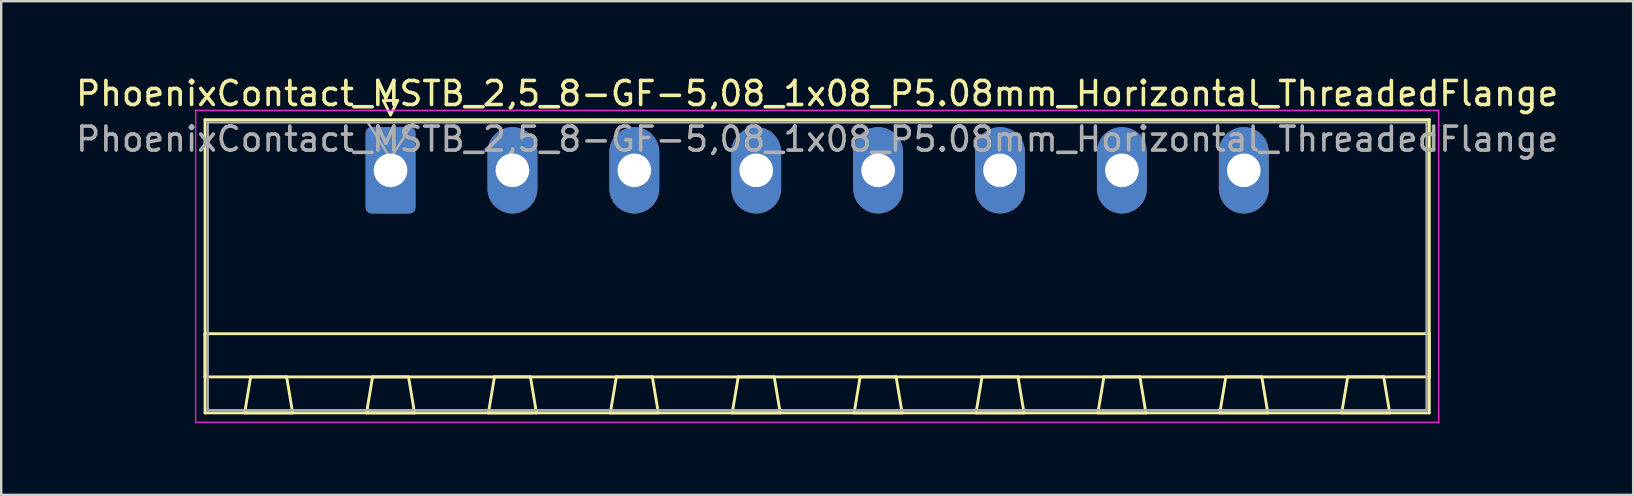
<source format=kicad_pcb>
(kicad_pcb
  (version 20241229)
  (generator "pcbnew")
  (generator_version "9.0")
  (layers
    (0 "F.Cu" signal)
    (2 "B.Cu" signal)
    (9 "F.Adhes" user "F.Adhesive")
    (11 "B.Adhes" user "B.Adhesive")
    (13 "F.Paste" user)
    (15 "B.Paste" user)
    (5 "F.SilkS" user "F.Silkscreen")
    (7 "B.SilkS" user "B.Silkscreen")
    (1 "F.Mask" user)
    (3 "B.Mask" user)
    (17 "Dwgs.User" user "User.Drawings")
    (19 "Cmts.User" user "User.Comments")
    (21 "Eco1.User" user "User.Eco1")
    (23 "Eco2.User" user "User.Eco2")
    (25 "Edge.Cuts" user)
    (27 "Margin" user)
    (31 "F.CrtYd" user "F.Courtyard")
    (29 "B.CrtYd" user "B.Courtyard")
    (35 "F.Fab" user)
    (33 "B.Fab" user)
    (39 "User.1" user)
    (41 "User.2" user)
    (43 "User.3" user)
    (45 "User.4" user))
  (footprint "PhoenixContact_MSTB_2,5_8-GF-5,08_1x08_P5.08mm_Horizontal_ThreadedFlange"
    (layer "F.Cu")
    (at 13.226 4.048)
    (property "Reference" "PhoenixContact_MSTB_2,5_8-GF-5,08_1x08_P5.08mm_Horizontal_ThreadedFlange" (at 17.78 -3.2 0) (layer "F.SilkS") (effects (font (size 1 1) (thickness 0.15))))
    (attr through_hole)
    (fp_line (start -7.73 -2.11) (end -7.73 10.11) (stroke (width 0.12) (type solid)) (layer "F.SilkS"))
    (fp_line (start -7.73 6.81) (end 43.29 6.81) (stroke (width 0.12) (type solid)) (layer "F.SilkS"))
    (fp_line (start -7.73 8.61) (end -7.73 6.81) (stroke (width 0.12) (type solid)) (layer "F.SilkS"))
    (fp_line (start -7.73 10.11) (end 43.29 10.11) (stroke (width 0.12) (type solid)) (layer "F.SilkS"))
    (fp_line (start -6.08 10.11) (end -4.08 10.11) (stroke (width 0.12) (type solid)) (layer "F.SilkS"))
    (fp_line (start -5.83 8.61) (end -6.08 10.11) (stroke (width 0.12) (type solid)) (layer "F.SilkS"))
    (fp_line (start -4.33 8.61) (end -5.83 8.61) (stroke (width 0.12) (type solid)) (layer "F.SilkS"))
    (fp_line (start -4.08 10.11) (end -4.33 8.61) (stroke (width 0.12) (type solid)) (layer "F.SilkS"))
    (fp_line (start -1 10.11) (end 1 10.11) (stroke (width 0.12) (type solid)) (layer "F.SilkS"))
    (fp_line (start -0.75 8.61) (end -1 10.11) (stroke (width 0.12) (type solid)) (layer "F.SilkS"))
    (fp_line (start -0.3 -2.91) (end 0.3 -2.91) (stroke (width 0.12) (type solid)) (layer "F.SilkS"))
    (fp_line (start 0 -2.31) (end -0.3 -2.91) (stroke (width 0.12) (type solid)) (layer "F.SilkS"))
    (fp_line (start 0.3 -2.91) (end 0 -2.31) (stroke (width 0.12) (type solid)) (layer "F.SilkS"))
    (fp_line (start 0.75 8.61) (end -0.75 8.61) (stroke (width 0.12) (type solid)) (layer "F.SilkS"))
    (fp_line (start 1 10.11) (end 0.75 8.61) (stroke (width 0.12) (type solid)) (layer "F.SilkS"))
    (fp_line (start 4.08 10.11) (end 6.08 10.11) (stroke (width 0.12) (type solid)) (layer "F.SilkS"))
    (fp_line (start 4.33 8.61) (end 4.08 10.11) (stroke (width 0.12) (type solid)) (layer "F.SilkS"))
    (fp_line (start 5.83 8.61) (end 4.33 8.61) (stroke (width 0.12) (type solid)) (layer "F.SilkS"))
    (fp_line (start 6.08 10.11) (end 5.83 8.61) (stroke (width 0.12) (type solid)) (layer "F.SilkS"))
    (fp_line (start 9.16 10.11) (end 11.16 10.11) (stroke (width 0.12) (type solid)) (layer "F.SilkS"))
    (fp_line (start 9.41 8.61) (end 9.16 10.11) (stroke (width 0.12) (type solid)) (layer "F.SilkS"))
    (fp_line (start 10.91 8.61) (end 9.41 8.61) (stroke (width 0.12) (type solid)) (layer "F.SilkS"))
    (fp_line (start 11.16 10.11) (end 10.91 8.61) (stroke (width 0.12) (type solid)) (layer "F.SilkS"))
    (fp_line (start 14.24 10.11) (end 16.24 10.11) (stroke (width 0.12) (type solid)) (layer "F.SilkS"))
    (fp_line (start 14.49 8.61) (end 14.24 10.11) (stroke (width 0.12) (type solid)) (layer "F.SilkS"))
    (fp_line (start 15.99 8.61) (end 14.49 8.61) (stroke (width 0.12) (type solid)) (layer "F.SilkS"))
    (fp_line (start 16.24 10.11) (end 15.99 8.61) (stroke (width 0.12) (type solid)) (layer "F.SilkS"))
    (fp_line (start 19.32 10.11) (end 21.32 10.11) (stroke (width 0.12) (type solid)) (layer "F.SilkS"))
    (fp_line (start 19.57 8.61) (end 19.32 10.11) (stroke (width 0.12) (type solid)) (layer "F.SilkS"))
    (fp_line (start 21.07 8.61) (end 19.57 8.61) (stroke (width 0.12) (type solid)) (layer "F.SilkS"))
    (fp_line (start 21.32 10.11) (end 21.07 8.61) (stroke (width 0.12) (type solid)) (layer "F.SilkS"))
    (fp_line (start 24.4 10.11) (end 26.4 10.11) (stroke (width 0.12) (type solid)) (layer "F.SilkS"))
    (fp_line (start 24.65 8.61) (end 24.4 10.11) (stroke (width 0.12) (type solid)) (layer "F.SilkS"))
    (fp_line (start 26.15 8.61) (end 24.65 8.61) (stroke (width 0.12) (type solid)) (layer "F.SilkS"))
    (fp_line (start 26.4 10.11) (end 26.15 8.61) (stroke (width 0.12) (type solid)) (layer "F.SilkS"))
    (fp_line (start 29.48 10.11) (end 31.48 10.11) (stroke (width 0.12) (type solid)) (layer "F.SilkS"))
    (fp_line (start 29.73 8.61) (end 29.48 10.11) (stroke (width 0.12) (type solid)) (layer "F.SilkS"))
    (fp_line (start 31.23 8.61) (end 29.73 8.61) (stroke (width 0.12) (type solid)) (layer "F.SilkS"))
    (fp_line (start 31.48 10.11) (end 31.23 8.61) (stroke (width 0.12) (type solid)) (layer "F.SilkS"))
    (fp_line (start 34.56 10.11) (end 36.56 10.11) (stroke (width 0.12) (type solid)) (layer "F.SilkS"))
    (fp_line (start 34.81 8.61) (end 34.56 10.11) (stroke (width 0.12) (type solid)) (layer "F.SilkS"))
    (fp_line (start 36.31 8.61) (end 34.81 8.61) (stroke (width 0.12) (type solid)) (layer "F.SilkS"))
    (fp_line (start 36.56 10.11) (end 36.31 8.61) (stroke (width 0.12) (type solid)) (layer "F.SilkS"))
    (fp_line (start 39.64 10.11) (end 41.64 10.11) (stroke (width 0.12) (type solid)) (layer "F.SilkS"))
    (fp_line (start 39.89 8.61) (end 39.64 10.11) (stroke (width 0.12) (type solid)) (layer "F.SilkS"))
    (fp_line (start 41.39 8.61) (end 39.89 8.61) (stroke (width 0.12) (type solid)) (layer "F.SilkS"))
    (fp_line (start 41.64 10.11) (end 41.39 8.61) (stroke (width 0.12) (type solid)) (layer "F.SilkS"))
    (fp_line (start 43.29 -2.11) (end -7.73 -2.11) (stroke (width 0.12) (type solid)) (layer "F.SilkS"))
    (fp_line (start 43.29 6.81) (end 43.29 8.61) (stroke (width 0.12) (type solid)) (layer "F.SilkS"))
    (fp_line (start 43.29 8.61) (end -7.73 8.61) (stroke (width 0.12) (type solid)) (layer "F.SilkS"))
    (fp_line (start 43.29 10.11) (end 43.29 -2.11) (stroke (width 0.12) (type solid)) (layer "F.SilkS"))
    (fp_line (start -8.12 -2.5) (end -8.12 10.5) (stroke (width 0.05) (type solid)) (layer "F.CrtYd"))
    (fp_line (start -8.12 10.5) (end 43.68 10.5) (stroke (width 0.05) (type solid)) (layer "F.CrtYd"))
    (fp_line (start 43.68 -2.5) (end -8.12 -2.5) (stroke (width 0.05) (type solid)) (layer "F.CrtYd"))
    (fp_line (start 43.68 10.5) (end 43.68 -2.5) (stroke (width 0.05) (type solid)) (layer "F.CrtYd"))
    (fp_line (start -7.62 -2) (end -7.62 10) (stroke (width 0.1) (type solid)) (layer "F.Fab"))
    (fp_line (start -7.62 10) (end 43.18 10) (stroke (width 0.1) (type solid)) (layer "F.Fab"))
    (fp_line (start 0 -0.5) (end -0.95 -2) (stroke (width 0.1) (type solid)) (layer "F.Fab"))
    (fp_line (start 0.95 -2) (end 0 -0.5) (stroke (width 0.1) (type solid)) (layer "F.Fab"))
    (fp_line (start 43.18 -2) (end -7.62 -2) (stroke (width 0.1) (type solid)) (layer "F.Fab"))
    (fp_line (start 43.18 10) (end 43.18 -2) (stroke (width 0.1) (type solid)) (layer "F.Fab"))
    (fp_text user "${REFERENCE}" (at 17.78 -1.3 0) (layer "F.Fab") (effects (font (size 1 1) (thickness 0.15))))
    (pad "1" thru_hole roundrect (at 0 0) (size 2.08 3.6) (drill 1.4) (layers "*.Cu" "*.Mask") (roundrect_rratio 0.12))
    (pad "2" thru_hole oval (at 5.08 0) (size 2.08 3.6) (drill 1.4) (layers "*.Cu" "*.Mask"))
    (pad "3" thru_hole oval (at 10.16 0) (size 2.08 3.6) (drill 1.4) (layers "*.Cu" "*.Mask"))
    (pad "4" thru_hole oval (at 15.24 0) (size 2.08 3.6) (drill 1.4) (layers "*.Cu" "*.Mask"))
    (pad "5" thru_hole oval (at 20.32 0) (size 2.08 3.6) (drill 1.4) (layers "*.Cu" "*.Mask"))
    (pad "6" thru_hole oval (at 25.4 0) (size 2.08 3.6) (drill 1.4) (layers "*.Cu" "*.Mask"))
    (pad "7" thru_hole oval (at 30.48 0) (size 2.08 3.6) (drill 1.4) (layers "*.Cu" "*.Mask"))
    (pad "8" thru_hole oval (at 35.56 0) (size 2.08 3.6) (drill 1.4) (layers "*.Cu" "*.Mask")))
  (gr_rect
    (start -3 -3)
    (end 65.012 17.573)
    (stroke (width 0.1) (type default))
    (fill no)
    (layer "Edge.Cuts")))
</source>
